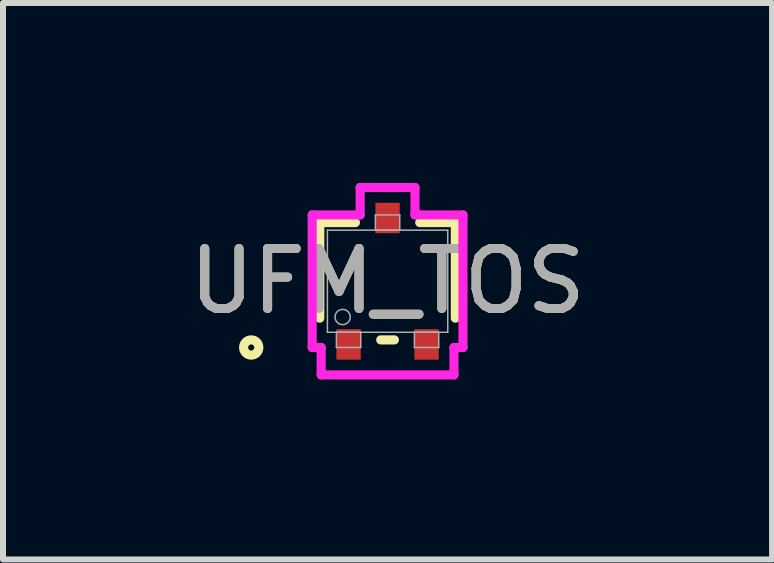
<source format=kicad_pcb>
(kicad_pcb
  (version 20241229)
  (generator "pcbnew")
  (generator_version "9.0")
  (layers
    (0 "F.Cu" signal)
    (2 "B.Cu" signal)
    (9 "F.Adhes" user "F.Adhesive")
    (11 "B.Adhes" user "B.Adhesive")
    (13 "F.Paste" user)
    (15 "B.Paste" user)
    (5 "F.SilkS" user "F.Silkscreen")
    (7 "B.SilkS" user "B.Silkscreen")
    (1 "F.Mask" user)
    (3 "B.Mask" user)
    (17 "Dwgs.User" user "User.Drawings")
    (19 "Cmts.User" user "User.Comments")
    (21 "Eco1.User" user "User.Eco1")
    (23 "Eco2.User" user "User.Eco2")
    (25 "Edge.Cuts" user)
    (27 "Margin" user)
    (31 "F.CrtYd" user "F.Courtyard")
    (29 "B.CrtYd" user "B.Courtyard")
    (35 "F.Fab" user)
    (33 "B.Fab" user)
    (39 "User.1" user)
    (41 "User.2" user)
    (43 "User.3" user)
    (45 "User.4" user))
  (footprint "UFM_TOS"
    (layer "F.Cu")
    (at 3.411 1.638)
    (property "Reference" "UFM_TOS" (at 0 0 0) (unlocked yes) (layer "F.SilkS") (effects (font (size 1 1) (thickness 0.15))))
    (attr smd)
    (fp_line (start -1.13 -0.978) (end -1.13 0.616) (stroke (width 0.152) (type solid)) (layer "F.SilkS"))
    (fp_line (start -0.536 -0.978) (end -1.13 -0.978) (stroke (width 0.152) (type solid)) (layer "F.SilkS"))
    (fp_line (start -0.114 0.978) (end 0.114 0.978) (stroke (width 0.152) (type solid)) (layer "F.SilkS"))
    (fp_line (start 1.13 -0.978) (end 0.536 -0.978) (stroke (width 0.152) (type solid)) (layer "F.SilkS"))
    (fp_line (start 1.13 0.616) (end 1.13 -0.978) (stroke (width 0.152) (type solid)) (layer "F.SilkS"))
    (fp_circle (center -2.273 1.105) (end -2.146 1.105) (stroke (width 0.152) (type solid)) (fill no) (layer "F.SilkS"))
    (fp_line (start -1.257 -1.105) (end -0.457 -1.105) (stroke (width 0.152) (type solid)) (layer "F.CrtYd"))
    (fp_line (start -1.257 1.105) (end -1.257 -1.105) (stroke (width 0.152) (type solid)) (layer "F.CrtYd"))
    (fp_line (start -1.257 1.105) (end -1.107 1.105) (stroke (width 0.152) (type solid)) (layer "F.CrtYd"))
    (fp_line (start -1.107 1.105) (end -1.107 1.562) (stroke (width 0.152) (type solid)) (layer "F.CrtYd"))
    (fp_line (start -1.107 1.562) (end 1.107 1.562) (stroke (width 0.152) (type solid)) (layer "F.CrtYd"))
    (fp_line (start -0.457 -1.562) (end 0.457 -1.562) (stroke (width 0.152) (type solid)) (layer "F.CrtYd"))
    (fp_line (start -0.457 -1.105) (end -0.457 -1.562) (stroke (width 0.152) (type solid)) (layer "F.CrtYd"))
    (fp_line (start 0.457 -1.105) (end 0.457 -1.562) (stroke (width 0.152) (type solid)) (layer "F.CrtYd"))
    (fp_line (start 1.107 1.105) (end 1.107 1.562) (stroke (width 0.152) (type solid)) (layer "F.CrtYd"))
    (fp_line (start 1.257 -1.105) (end 0.457 -1.105) (stroke (width 0.152) (type solid)) (layer "F.CrtYd"))
    (fp_line (start 1.257 -1.105) (end 1.257 1.105) (stroke (width 0.152) (type solid)) (layer "F.CrtYd"))
    (fp_line (start 1.257 1.105) (end 1.107 1.105) (stroke (width 0.152) (type solid)) (layer "F.CrtYd"))
    (fp_line (start -1.003 -0.851) (end -1.003 0.851) (stroke (width 0.025) (type solid)) (layer "F.Fab"))
    (fp_line (start -1.003 0.851) (end 1.003 0.851) (stroke (width 0.025) (type solid)) (layer "F.Fab"))
    (fp_line (start -0.853 0.851) (end -0.853 1.105) (stroke (width 0.025) (type solid)) (layer "F.Fab"))
    (fp_line (start -0.853 1.105) (end -0.447 1.105) (stroke (width 0.025) (type solid)) (layer "F.Fab"))
    (fp_line (start -0.447 0.851) (end -0.853 0.851) (stroke (width 0.025) (type solid)) (layer "F.Fab"))
    (fp_line (start -0.447 1.105) (end -0.447 0.851) (stroke (width 0.025) (type solid)) (layer "F.Fab"))
    (fp_line (start -0.203 -1.105) (end -0.203 -0.851) (stroke (width 0.025) (type solid)) (layer "F.Fab"))
    (fp_line (start -0.203 -0.851) (end 0.203 -0.851) (stroke (width 0.025) (type solid)) (layer "F.Fab"))
    (fp_line (start 0.203 -1.105) (end -0.203 -1.105) (stroke (width 0.025) (type solid)) (layer "F.Fab"))
    (fp_line (start 0.203 -0.851) (end 0.203 -1.105) (stroke (width 0.025) (type solid)) (layer "F.Fab"))
    (fp_line (start 0.447 0.851) (end 0.447 1.105) (stroke (width 0.025) (type solid)) (layer "F.Fab"))
    (fp_line (start 0.447 1.105) (end 0.853 1.105) (stroke (width 0.025) (type solid)) (layer "F.Fab"))
    (fp_line (start 0.853 0.851) (end 0.447 0.851) (stroke (width 0.025) (type solid)) (layer "F.Fab"))
    (fp_line (start 0.853 1.105) (end 0.853 0.851) (stroke (width 0.025) (type solid)) (layer "F.Fab"))
    (fp_line (start 1.003 -0.851) (end -1.003 -0.851) (stroke (width 0.025) (type solid)) (layer "F.Fab"))
    (fp_line (start 1.003 0.851) (end 1.003 -0.851) (stroke (width 0.025) (type solid)) (layer "F.Fab"))
    (fp_circle (center -0.749 0.597) (end -0.622 0.597) (stroke (width 0.025) (type solid)) (fill no) (layer "F.Fab"))
    (fp_text user "${REFERENCE}" (at 0 0 0) (unlocked yes) (layer "F.Fab") (effects (font (size 1 1) (thickness 0.15))))
    (pad "1" smd rect (at -0.65 1.054) (size 0.406 0.508) (layers "F.Cu" "F.Mask" "F.Paste"))
    (pad "2" smd rect (at 0.65 1.054) (size 0.406 0.508) (layers "F.Cu" "F.Mask" "F.Paste"))
    (pad "3" smd rect (at 0 -1.054) (size 0.406 0.508) (layers "F.Cu" "F.Mask" "F.Paste")))
  (gr_rect
    (start -3 -3)
    (end 9.821 6.277)
    (stroke (width 0.1) (type default))
    (fill no)
    (layer "Edge.Cuts")))
</source>
